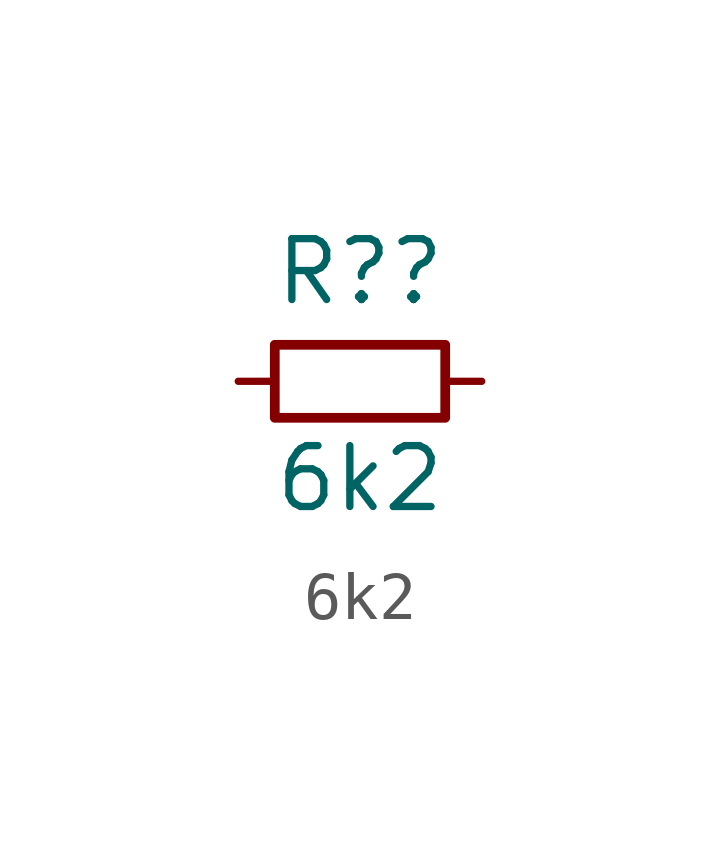
<source format=kicad_sym>
(kicad_symbol_lib
  (version 20241209)
  (generator "kicad_symbol_editor")
  (generator_version "9.0")
  (symbol "6k2"
    (pin_numbers
      (hide yes))
    (pin_names
      (hide yes))
    (property "Reference" "R?"
      (at 0 2.286 0)
      (effects (font (size 1.27 1.27))))
    (property "Value" "6k2"
      (at 0 -2.032 0)
      (effects (font (size 1.27 1.27))))
    (symbol "6k2_0_1"
      (rectangle (start -1.778 0.762) (end 1.778 -0.762) (stroke (width 0.203) (type default)) (fill (type none))))
    (symbol "6k2_1_1"
      (pin passive line (at -2.54 0 0) (length 0.762) (name "~" (effects (font (size 1.27 1.27)))) (number "2" (effects (font (size 1.27 1.27)))))
      (pin passive line (at 2.54 0 180) (length 0.762) (name "~" (effects (font (size 1.27 1.27)))) (number "1" (effects (font (size 1.27 1.27))))))))
</source>
